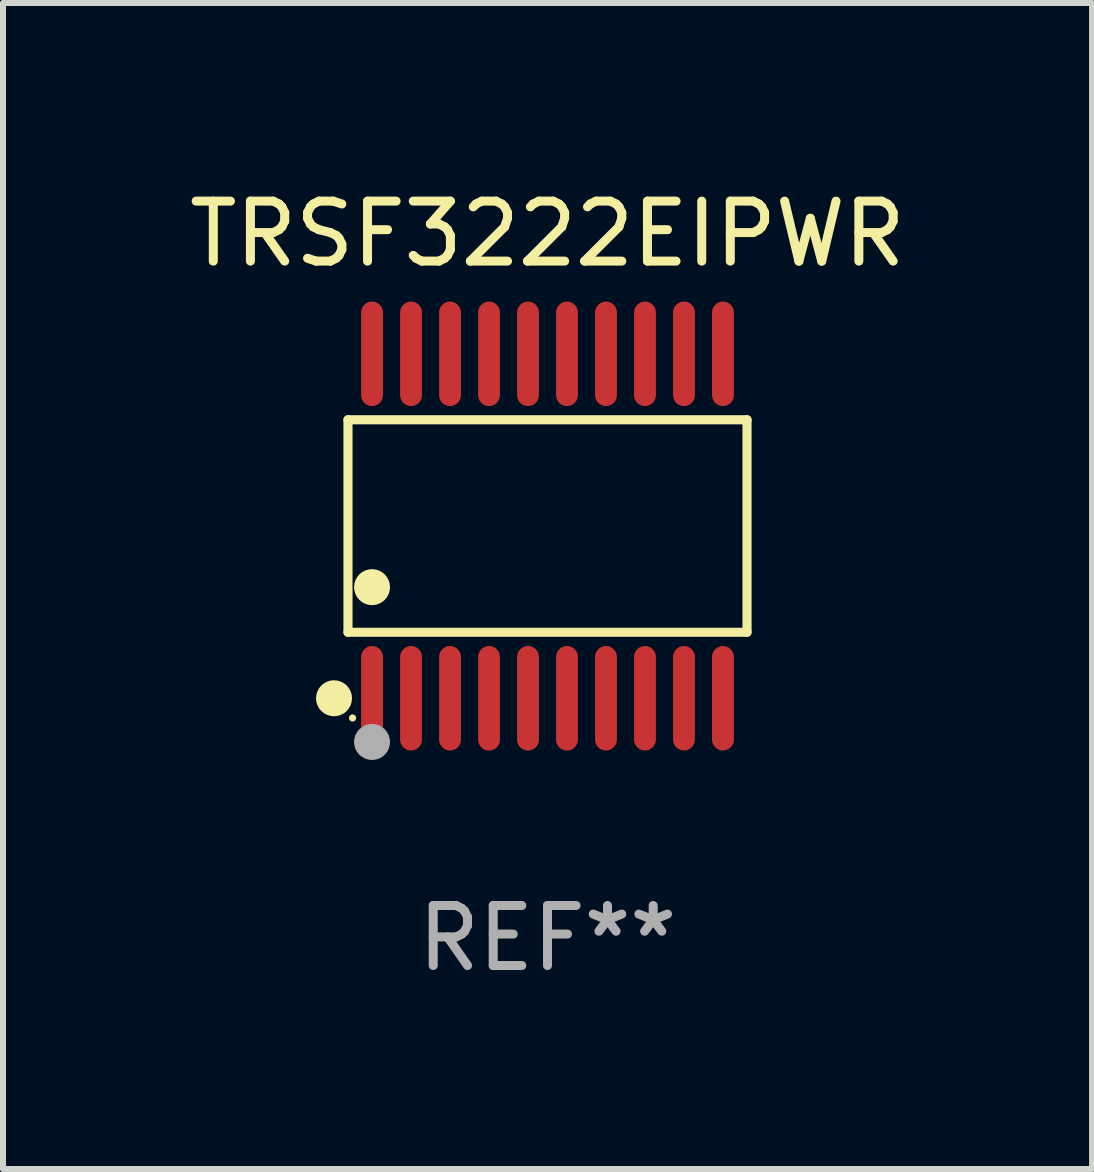
<source format=kicad_pcb>
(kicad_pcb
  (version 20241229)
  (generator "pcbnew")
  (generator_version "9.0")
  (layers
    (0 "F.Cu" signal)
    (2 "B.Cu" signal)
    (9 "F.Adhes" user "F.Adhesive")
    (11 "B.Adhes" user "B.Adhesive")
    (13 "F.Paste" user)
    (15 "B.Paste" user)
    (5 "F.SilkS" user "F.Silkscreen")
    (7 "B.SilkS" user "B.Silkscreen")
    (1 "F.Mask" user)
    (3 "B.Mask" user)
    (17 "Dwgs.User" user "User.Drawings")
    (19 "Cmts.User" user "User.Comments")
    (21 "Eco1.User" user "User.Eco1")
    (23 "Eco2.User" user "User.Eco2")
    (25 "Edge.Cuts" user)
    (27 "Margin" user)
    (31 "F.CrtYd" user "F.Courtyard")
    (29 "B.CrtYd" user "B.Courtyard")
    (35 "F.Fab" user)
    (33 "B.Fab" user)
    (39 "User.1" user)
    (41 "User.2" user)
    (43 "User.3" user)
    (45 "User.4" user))
  (footprint "TRSF3222EIPWR"
    (layer "F.Cu")
    (at 6.077 5.719)
    (property "Reference" "TRSF3222EIPWR" (at 0 -4.871 0) (layer "F.SilkS") (effects (font (size 1 1) (thickness 0.15))))
    (attr through_hole)
    (fp_line (start -3.326 -1.771) (end 3.326 -1.771) (stroke (width 0.152) (type solid)) (layer "F.SilkS"))
    (fp_line (start -3.326 1.771) (end -3.326 -1.771) (stroke (width 0.152) (type solid)) (layer "F.SilkS"))
    (fp_line (start 3.326 -1.771) (end 3.326 1.771) (stroke (width 0.152) (type solid)) (layer "F.SilkS"))
    (fp_line (start 3.326 1.771) (end -3.326 1.771) (stroke (width 0.152) (type solid)) (layer "F.SilkS"))
    (fp_circle (center -3.559 2.871) (end -3.409 2.871) (stroke (width 0.3) (type solid)) (fill no) (layer "F.SilkS"))
    (fp_circle (center -3.25 3.2) (end -3.22 3.2) (stroke (width 0.06) (type solid)) (fill no) (layer "F.SilkS"))
    (fp_circle (center -2.925 1.019) (end -2.775 1.019) (stroke (width 0.3) (type solid)) (fill no) (layer "F.SilkS"))
    (fp_circle (center -2.925 3.6) (end -2.775 3.6) (stroke (width 0.3) (type solid)) (fill no) (layer "F.Fab"))
    (fp_text user "REF**" (at 0 6.871 0) (layer "F.Fab") (effects (font (size 1 1) (thickness 0.15))))
    (pad "1" smd oval (at -2.925 2.871) (size 0.364 1.742) (layers "F.Cu" "F.Mask" "F.Paste"))
    (pad "2" smd oval (at -2.275 2.871) (size 0.364 1.742) (layers "F.Cu" "F.Mask" "F.Paste"))
    (pad "3" smd oval (at -1.625 2.871) (size 0.364 1.742) (layers "F.Cu" "F.Mask" "F.Paste"))
    (pad "4" smd oval (at -0.975 2.871) (size 0.364 1.742) (layers "F.Cu" "F.Mask" "F.Paste"))
    (pad "5" smd oval (at -0.325 2.871) (size 0.364 1.742) (layers "F.Cu" "F.Mask" "F.Paste"))
    (pad "6" smd oval (at 0.325 2.871) (size 0.364 1.742) (layers "F.Cu" "F.Mask" "F.Paste"))
    (pad "7" smd oval (at 0.975 2.871) (size 0.364 1.742) (layers "F.Cu" "F.Mask" "F.Paste"))
    (pad "8" smd oval (at 1.625 2.871) (size 0.364 1.742) (layers "F.Cu" "F.Mask" "F.Paste"))
    (pad "9" smd oval (at 2.275 2.871) (size 0.364 1.742) (layers "F.Cu" "F.Mask" "F.Paste"))
    (pad "10" smd oval (at 2.925 2.871) (size 0.364 1.742) (layers "F.Cu" "F.Mask" "F.Paste"))
    (pad "11" smd oval (at 2.925 -2.871) (size 0.364 1.742) (layers "F.Cu" "F.Mask" "F.Paste"))
    (pad "12" smd oval (at 2.275 -2.871) (size 0.364 1.742) (layers "F.Cu" "F.Mask" "F.Paste"))
    (pad "13" smd oval (at 1.625 -2.871) (size 0.364 1.742) (layers "F.Cu" "F.Mask" "F.Paste"))
    (pad "14" smd oval (at 0.975 -2.871) (size 0.364 1.742) (layers "F.Cu" "F.Mask" "F.Paste"))
    (pad "15" smd oval (at 0.325 -2.871) (size 0.364 1.742) (layers "F.Cu" "F.Mask" "F.Paste"))
    (pad "16" smd oval (at -0.325 -2.871) (size 0.364 1.742) (layers "F.Cu" "F.Mask" "F.Paste"))
    (pad "17" smd oval (at -0.975 -2.871) (size 0.364 1.742) (layers "F.Cu" "F.Mask" "F.Paste"))
    (pad "18" smd oval (at -1.625 -2.871) (size 0.364 1.742) (layers "F.Cu" "F.Mask" "F.Paste"))
    (pad "19" smd oval (at -2.275 -2.871) (size 0.364 1.742) (layers "F.Cu" "F.Mask" "F.Paste"))
    (pad "20" smd oval (at -2.925 -2.871) (size 0.364 1.742) (layers "F.Cu" "F.Mask" "F.Paste")))
  (gr_rect
    (start -3 -3)
    (end 15.155 16.438)
    (stroke (width 0.1) (type default))
    (fill no)
    (layer "Edge.Cuts")))
</source>
